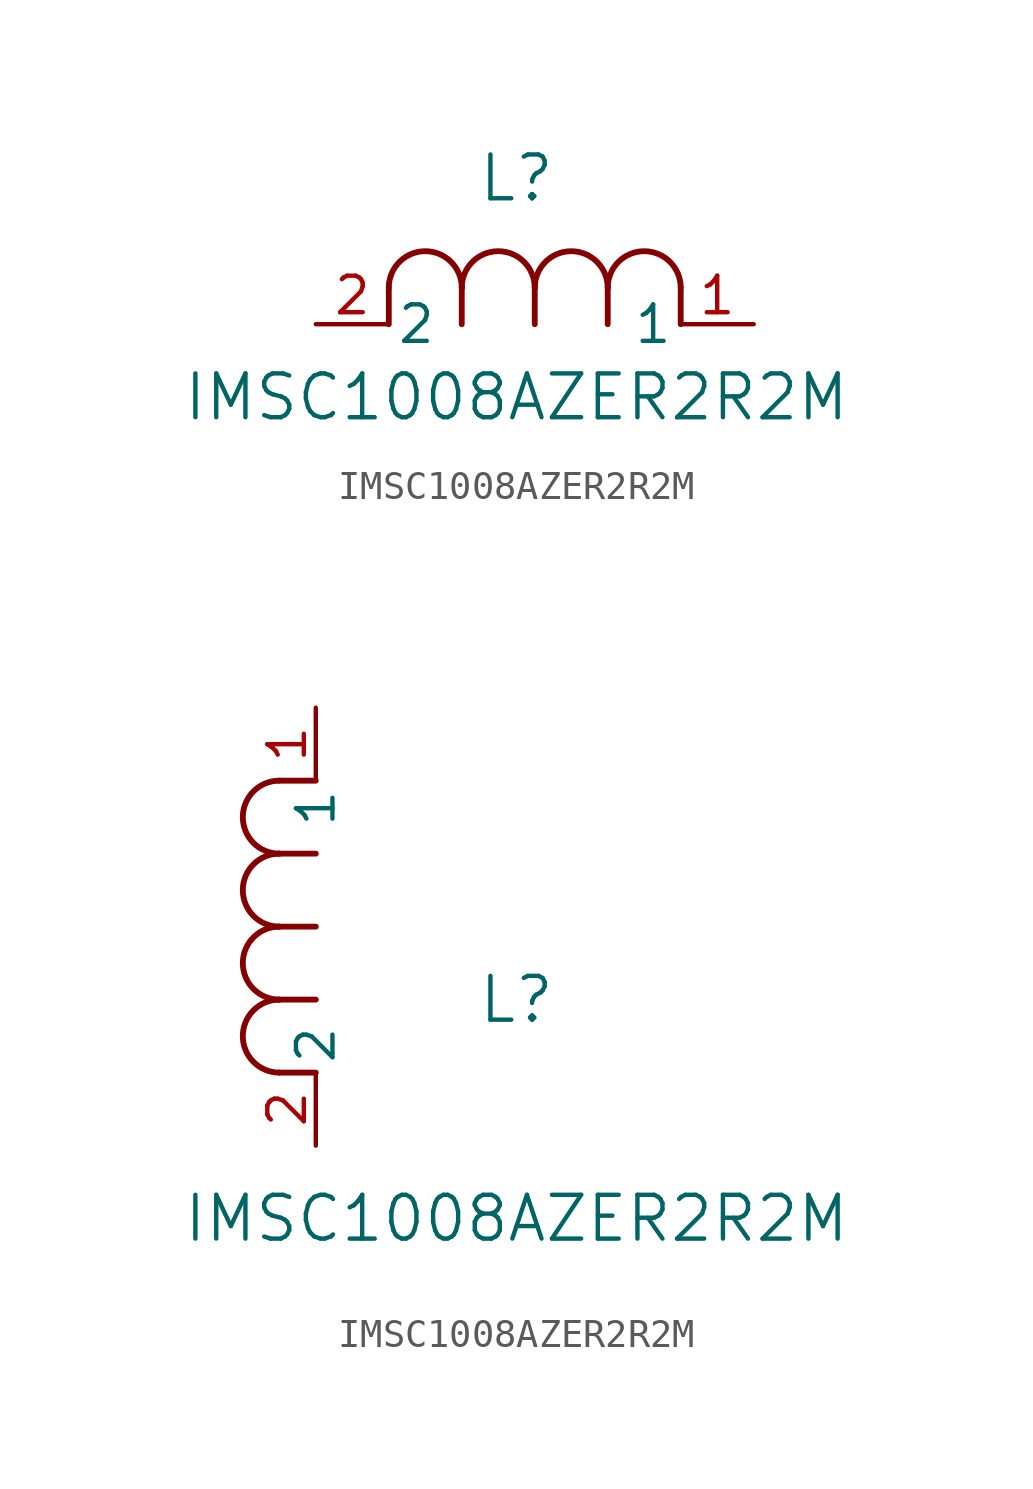
<source format=kicad_sym>
(kicad_symbol_lib
  (version 20211014)
  (generator kicad_symbol_editor)
  (symbol "IMSC1008AZER2R2M"
    (pin_names
      (offset 0.254))
    (property "Reference" "L"
      (at 6.985 5.08 0)
      (effects (font (size 1.524 1.524))))
    (property "Value" "IMSC1008AZER2R2M"
      (at 6.985 -2.54 0)
      (effects (font (size 1.524 1.524))))
    (symbol "IMSC1008AZER2R2M_1_1"
      (arc (start 7.62 1.27) (mid 6.35 2.54) (end 5.08 1.27) (stroke (width 0.2032) (type default) (color 0 0 0 0)) (fill (type none)))
      (polyline (pts (xy 5.08 0) (xy 5.08 1.27)) (stroke (width 0.203) (type default) (color 0 0 0 0)) (fill (type none)))
      (polyline (pts (xy 7.62 0) (xy 7.62 1.27)) (stroke (width 0.203) (type default) (color 0 0 0 0)) (fill (type none)))
      (polyline (pts (xy 12.7 0) (xy 12.7 1.27)) (stroke (width 0.203) (type default) (color 0 0 0 0)) (fill (type none)))
      (arc (start 5.08 1.27) (mid 3.81 2.54) (end 2.54 1.27) (stroke (width 0.2032) (type default) (color 0 0 0 0)) (fill (type none)))
      (arc (start 10.16 1.27) (mid 8.89 2.54) (end 7.62 1.27) (stroke (width 0.2032) (type default) (color 0 0 0 0)) (fill (type none)))
      (arc (start 12.7 1.27) (mid 11.43 2.54) (end 10.16 1.27) (stroke (width 0.2032) (type default) (color 0 0 0 0)) (fill (type none)))
      (polyline (pts (xy 2.54 0) (xy 2.54 1.27)) (stroke (width 0.203) (type default) (color 0 0 0 0)) (fill (type none)))
      (polyline (pts (xy 10.16 0) (xy 10.16 1.27)) (stroke (width 0.203) (type default) (color 0 0 0 0)) (fill (type none)))
      (pin unspecified line (at 0 0 0) (length 2.54) (name "2" (effects (font (size 1.27 1.27)))) (number "2" (effects (font (size 1.27 1.27)))))
      (pin unspecified line (at 15.24 0 180) (length 2.54) (name "1" (effects (font (size 1.27 1.27)))) (number "1" (effects (font (size 1.27 1.27))))))
    (symbol "IMSC1008AZER2R2M_1_2"
      (arc (start -1.27 7.62) (mid -2.54 6.35) (end -1.27 5.08) (stroke (width 0.2032) (type default) (color 0 0 0 0)) (fill (type none)))
      (arc (start -1.27 5.08) (mid -2.54 3.81) (end -1.27 2.54) (stroke (width 0.2032) (type default) (color 0 0 0 0)) (fill (type none)))
      (arc (start -1.27 12.7) (mid -2.54 11.43) (end -1.27 10.16) (stroke (width 0.2032) (type default) (color 0 0 0 0)) (fill (type none)))
      (arc (start -1.27 10.16) (mid -2.54 8.89) (end -1.27 7.62) (stroke (width 0.2032) (type default) (color 0 0 0 0)) (fill (type none)))
      (polyline (pts (xy 0 7.62) (xy -1.27 7.62)) (stroke (width 0.203) (type default) (color 0 0 0 0)) (fill (type none)))
      (polyline (pts (xy 0 5.08) (xy -1.27 5.08)) (stroke (width 0.203) (type default) (color 0 0 0 0)) (fill (type none)))
      (polyline (pts (xy 0 12.7) (xy -1.27 12.7)) (stroke (width 0.203) (type default) (color 0 0 0 0)) (fill (type none)))
      (polyline (pts (xy 0 2.54) (xy -1.27 2.54)) (stroke (width 0.203) (type default) (color 0 0 0 0)) (fill (type none)))
      (polyline (pts (xy 0 10.16) (xy -1.27 10.16)) (stroke (width 0.203) (type default) (color 0 0 0 0)) (fill (type none)))
      (pin unspecified line (at 0 0 90) (length 2.54) (name "2" (effects (font (size 1.27 1.27)))) (number "2" (effects (font (size 1.27 1.27)))))
      (pin unspecified line (at 0 15.24 270) (length 2.54) (name "1" (effects (font (size 1.27 1.27)))) (number "1" (effects (font (size 1.27 1.27))))))))
</source>
